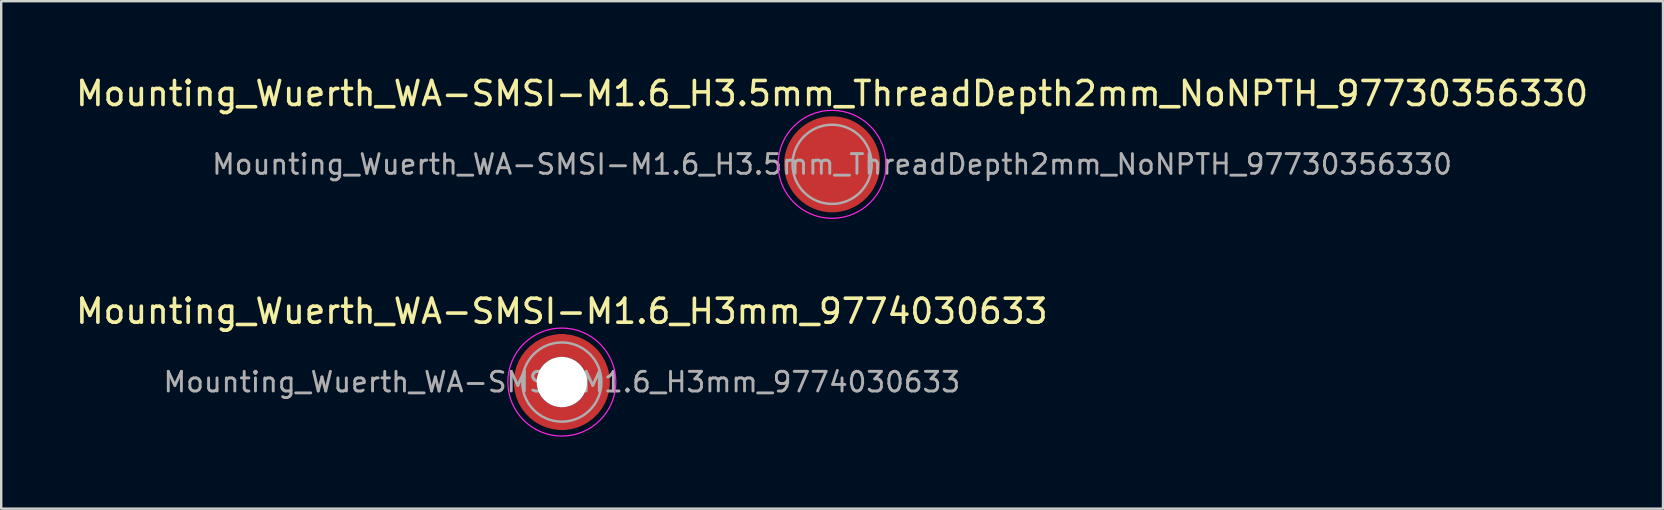
<source format=kicad_pcb>
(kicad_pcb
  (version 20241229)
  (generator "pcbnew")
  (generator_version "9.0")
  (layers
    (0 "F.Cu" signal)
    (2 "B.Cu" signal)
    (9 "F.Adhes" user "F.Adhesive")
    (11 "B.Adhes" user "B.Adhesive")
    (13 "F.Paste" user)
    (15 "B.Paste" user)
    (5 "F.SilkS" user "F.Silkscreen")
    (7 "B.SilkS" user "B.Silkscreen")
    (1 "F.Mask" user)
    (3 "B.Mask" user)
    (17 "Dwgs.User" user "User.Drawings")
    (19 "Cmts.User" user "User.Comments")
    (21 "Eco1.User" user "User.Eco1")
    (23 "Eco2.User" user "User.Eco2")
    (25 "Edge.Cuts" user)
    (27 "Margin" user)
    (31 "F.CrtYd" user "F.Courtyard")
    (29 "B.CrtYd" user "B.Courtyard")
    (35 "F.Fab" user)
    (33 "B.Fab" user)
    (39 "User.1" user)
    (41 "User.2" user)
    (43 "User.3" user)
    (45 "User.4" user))
  (footprint "Mounting_Wuerth_WA-SMSI-M1.6_H3mm_9774030633"
    (layer "F.Cu")
    (at 20.363 12.871)
    (property "Reference" "Mounting_Wuerth_WA-SMSI-M1.6_H3mm_9774030633" (at 0 -2.95 0) (layer "F.SilkS") (effects (font (size 1 1) (thickness 0.15))))
    (attr smd)
    (fp_circle (center 0 0) (end 2.25 0) (stroke (width 0.05) (type solid)) (fill no) (layer "F.CrtYd"))
    (fp_circle (center 0 0) (end 1.65 0) (stroke (width 0.1) (type solid)) (fill no) (layer "F.Fab"))
    (fp_text user "${REFERENCE}" (at 0 0 0) (layer "F.Fab") (effects (font (size 0.82 0.82) (thickness 0.12))))
    (pad "" smd custom (at -1.061 -1.061) (size 0.4 0.4) (layers "F.Paste") (options (anchor circle)) (primitives (gr_arc (start -0.101235 0.76066) (mid 0.212132 0.212132) (end 0.76066 -0.101235) (width 0.2)) (gr_arc (start -0.204251 0.76066) (mid 0.141421 0.141421) (end 0.76066 -0.204251) (width 0.2)) (gr_arc (start -0.306819 0.76066) (mid 0.070711 0.070711) (end 0.76066 -0.306819) (width 0.2)) (gr_arc (start -0.409034 0.76066) (mid 0 0) (end 0.76066 -0.409034) (width 0.2)) (gr_arc (start -0.510963 0.76066) (mid -0.070711 -0.070711) (end 0.76066 -0.510963) (width 0.2)) (gr_arc (start -0.61266 0.76066) (mid -0.141421 -0.141421) (end 0.76066 -0.61266) (width 0.2)) (gr_arc (start -0.714164 0.76066) (mid -0.212132 -0.212132) (end 0.76066 -0.714164) (width 0.2)) (gr_line (start 0.761 -0.101) (end 0.761 -0.714) (width 0.2)) (gr_line (start -0.101 0.761) (end -0.714 0.761) (width 0.2))))
    (pad "" smd custom (at -1.061 1.061) (size 0.4 0.4) (layers "F.Paste") (options (anchor circle)) (primitives (gr_arc (start 0.76066 0.101235) (mid 0.212132 -0.212132) (end -0.101235 -0.76066) (width 0.2)) (gr_arc (start 0.76066 0.204251) (mid 0.141421 -0.141421) (end -0.204251 -0.76066) (width 0.2)) (gr_arc (start 0.76066 0.306819) (mid 0.070711 -0.070711) (end -0.306819 -0.76066) (width 0.2)) (gr_arc (start 0.76066 0.409034) (mid 0 0) (end -0.409034 -0.76066) (width 0.2)) (gr_arc (start 0.76066 0.510963) (mid -0.070711 0.070711) (end -0.510963 -0.76066) (width 0.2)) (gr_arc (start 0.76066 0.61266) (mid -0.141421 0.141421) (end -0.61266 -0.76066) (width 0.2)) (gr_arc (start 0.76066 0.714164) (mid -0.212132 0.212132) (end -0.714164 -0.76066) (width 0.2)) (gr_line (start -0.101 -0.761) (end -0.714 -0.761) (width 0.2)) (gr_line (start 0.761 0.101) (end 0.761 0.714) (width 0.2))))
    (pad "" np_thru_hole circle (at 0 0) (size 2.1 2.1) (drill 2.1) (layers "*.Cu" "*.Mask"))
    (pad "" smd custom (at 1.061 -1.061) (size 0.4 0.4) (layers "F.Paste") (options (anchor circle)) (primitives (gr_arc (start -0.76066 -0.101235) (mid -0.212132 0.212132) (end 0.101235 0.76066) (width 0.2)) (gr_arc (start -0.76066 -0.204251) (mid -0.141421 0.141421) (end 0.204251 0.76066) (width 0.2)) (gr_arc (start -0.76066 -0.306819) (mid -0.070711 0.070711) (end 0.306819 0.76066) (width 0.2)) (gr_arc (start -0.76066 -0.409034) (mid 0 0) (end 0.409034 0.76066) (width 0.2)) (gr_arc (start -0.76066 -0.510963) (mid 0.070711 -0.070711) (end 0.510963 0.76066) (width 0.2)) (gr_arc (start -0.76066 -0.61266) (mid 0.141421 -0.141421) (end 0.61266 0.76066) (width 0.2)) (gr_arc (start -0.76066 -0.714164) (mid 0.212132 -0.212132) (end 0.714164 0.76066) (width 0.2)) (gr_line (start 0.101 0.761) (end 0.714 0.761) (width 0.2)) (gr_line (start -0.761 -0.101) (end -0.761 -0.714) (width 0.2))))
    (pad "" smd custom (at 1.061 1.061) (size 0.4 0.4) (layers "F.Paste") (options (anchor circle)) (primitives (gr_arc (start 0.101235 -0.76066) (mid -0.212132 -0.212132) (end -0.76066 0.101235) (width 0.2)) (gr_arc (start 0.204251 -0.76066) (mid -0.141421 -0.141421) (end -0.76066 0.204251) (width 0.2)) (gr_arc (start 0.306819 -0.76066) (mid -0.070711 -0.070711) (end -0.76066 0.306819) (width 0.2)) (gr_arc (start 0.409034 -0.76066) (mid 0 0) (end -0.76066 0.409034) (width 0.2)) (gr_arc (start 0.510963 -0.76066) (mid 0.070711 0.070711) (end -0.76066 0.510963) (width 0.2)) (gr_arc (start 0.61266 -0.76066) (mid 0.141421 0.141421) (end -0.76066 0.61266) (width 0.2)) (gr_arc (start 0.714164 -0.76066) (mid 0.212132 0.212132) (end -0.76066 0.714164) (width 0.2)) (gr_line (start -0.761 0.101) (end -0.761 0.714) (width 0.2)) (gr_line (start 0.101 -0.761) (end 0.714 -0.761) (width 0.2))))
    (pad "1" smd circle (at -1.525 0) (size 0.95 0.95) (layers "F.Cu"))
    (pad "1" smd circle (at 0 -1.525) (size 0.95 0.95) (layers "F.Cu"))
    (pad "1" smd circle (at 0 1.525) (size 0.95 0.95) (layers "F.Cu"))
    (pad "1" smd custom (at 1.525 0) (size 0.95 0.95) (layers "F.Cu" "F.Mask") (options (anchor circle)) (primitives (gr_circle (center -1.525 0) (end 0 0) (width 0.95) (fill no)))))
  (footprint "Mounting_Wuerth_WA-SMSI-M1.6_H3.5mm_ThreadDepth2mm_NoNPTH_97730356330"
    (layer "F.Cu")
    (at 31.625 3.798)
    (property "Reference" "Mounting_Wuerth_WA-SMSI-M1.6_H3.5mm_ThreadDepth2mm_NoNPTH_97730356330" (at 0 -2.95 0) (layer "F.SilkS") (effects (font (size 1 1) (thickness 0.15))))
    (attr smd)
    (fp_circle (center 0 0) (end 2.25 0) (stroke (width 0.05) (type solid)) (fill no) (layer "F.CrtYd"))
    (fp_circle (center 0 0) (end 1.65 0) (stroke (width 0.1) (type solid)) (fill no) (layer "F.Fab"))
    (fp_text user "${REFERENCE}" (at 0 0 0) (layer "F.Fab") (effects (font (size 0.82 0.82) (thickness 0.12))))
    (pad "" smd custom (at -0.778 -0.778) (size 0.8 0.8) (layers "F.Paste") (options (anchor circle)) (primitives (gr_arc (start 0.465568 0.527817) (mid 0.494975 0.494974) (end 0.527818 0.465567) (width 0.2)) (gr_arc (start 0.344805 0.527817) (mid 0.424264 0.424264) (end 0.527818 0.344805) (width 0.2)) (gr_arc (start 0.232382 0.527817) (mid 0.353553 0.353553) (end 0.527817 0.232382) (width 0.2)) (gr_arc (start 0.123983 0.527817) (mid 0.282843 0.282842) (end 0.527818 0.123983) (width 0.2)) (gr_arc (start 0.017883 0.527817) (mid 0.212132 0.212132) (end 0.527817 0.017883) (width 0.2)) (gr_arc (start -0.086763 0.527817) (mid 0.141421 0.141421) (end 0.527817 -0.086763) (width 0.2)) (gr_arc (start -0.190428 0.527817) (mid 0.070711 0.070711) (end 0.527817 -0.190428) (width 0.2)) (gr_arc (start -0.293397 0.527817) (mid 0 0) (end 0.527817 -0.293397) (width 0.2)) (gr_arc (start -0.395852 0.527817) (mid -0.070711 -0.070711) (end 0.527817 -0.395852) (width 0.2)) (gr_arc (start -0.497918 0.527817) (mid -0.141422 -0.141422) (end 0.527817 -0.497918) (width 0.2)) (gr_arc (start -0.59968 0.527817) (mid -0.212132 -0.212132) (end 0.527817 -0.59968) (width 0.2)) (gr_arc (start -0.701202 0.527817) (mid -0.282843 -0.282843) (end 0.527817 -0.701202) (width 0.2)) (gr_arc (start -0.802531 0.527817) (mid -0.353554 -0.353554) (end 0.527817 -0.802531) (width 0.2)) (gr_arc (start -0.9037 0.527817) (mid -0.424264 -0.424264) (end 0.527817 -0.9037) (width 0.2)) (gr_arc (start -1.004737 0.527817) (mid -0.494975 -0.494975) (end 0.527817 -1.004737) (width 0.2)) (gr_line (start 0.528 0.466) (end 0.528 -1.005) (width 0.2)) (gr_line (start 0.466 0.528) (end -1.005 0.528) (width 0.2))))
    (pad "" smd custom (at -0.778 0.778) (size 0.8 0.8) (layers "F.Paste") (options (anchor circle)) (primitives (gr_arc (start 0.527817 -0.465568) (mid 0.494974 -0.494975) (end 0.465567 -0.527818) (width 0.2)) (gr_arc (start 0.527817 -0.344805) (mid 0.424264 -0.424264) (end 0.344805 -0.527818) (width 0.2)) (gr_arc (start 0.527817 -0.232382) (mid 0.353553 -0.353553) (end 0.232382 -0.527817) (width 0.2)) (gr_arc (start 0.527817 -0.123983) (mid 0.282842 -0.282843) (end 0.123983 -0.527818) (width 0.2)) (gr_arc (start 0.527817 -0.017883) (mid 0.212132 -0.212132) (end 0.017883 -0.527817) (width 0.2)) (gr_arc (start 0.527817 0.086763) (mid 0.141421 -0.141421) (end -0.086763 -0.527817) (width 0.2)) (gr_arc (start 0.527817 0.190428) (mid 0.070711 -0.070711) (end -0.190428 -0.527817) (width 0.2)) (gr_arc (start 0.527817 0.293397) (mid 0 0) (end -0.293397 -0.527817) (width 0.2)) (gr_arc (start 0.527817 0.395852) (mid -0.070711 0.070711) (end -0.395852 -0.527817) (width 0.2)) (gr_arc (start 0.527817 0.497918) (mid -0.141422 0.141422) (end -0.497918 -0.527817) (width 0.2)) (gr_arc (start 0.527817 0.59968) (mid -0.212132 0.212132) (end -0.59968 -0.527817) (width 0.2)) (gr_arc (start 0.527817 0.701202) (mid -0.282843 0.282843) (end -0.701202 -0.527817) (width 0.2)) (gr_arc (start 0.527817 0.802531) (mid -0.353554 0.353554) (end -0.802531 -0.527817) (width 0.2)) (gr_arc (start 0.527817 0.9037) (mid -0.424264 0.424264) (end -0.9037 -0.527817) (width 0.2)) (gr_arc (start 0.527817 1.004737) (mid -0.494975 0.494975) (end -1.004737 -0.527817) (width 0.2)) (gr_line (start 0.466 -0.528) (end -1.005 -0.528) (width 0.2)) (gr_line (start 0.528 -0.466) (end 0.528 1.005) (width 0.2))))
    (pad "" smd custom (at 0.778 -0.778) (size 0.8 0.8) (layers "F.Paste") (options (anchor circle)) (primitives (gr_arc (start -0.527817 0.465568) (mid -0.494974 0.494975) (end -0.465567 0.527818) (width 0.2)) (gr_arc (start -0.527817 0.344805) (mid -0.424264 0.424264) (end -0.344805 0.527818) (width 0.2)) (gr_arc (start -0.527817 0.232382) (mid -0.353553 0.353553) (end -0.232382 0.527817) (width 0.2)) (gr_arc (start -0.527817 0.123983) (mid -0.282842 0.282843) (end -0.123983 0.527818) (width 0.2)) (gr_arc (start -0.527817 0.017883) (mid -0.212132 0.212132) (end -0.017883 0.527817) (width 0.2)) (gr_arc (start -0.527817 -0.086763) (mid -0.141421 0.141421) (end 0.086763 0.527817) (width 0.2)) (gr_arc (start -0.527817 -0.190428) (mid -0.070711 0.070711) (end 0.190428 0.527817) (width 0.2)) (gr_arc (start -0.527817 -0.293397) (mid 0 0) (end 0.293397 0.527817) (width 0.2)) (gr_arc (start -0.527817 -0.395852) (mid 0.070711 -0.070711) (end 0.395852 0.527817) (width 0.2)) (gr_arc (start -0.527817 -0.497918) (mid 0.141422 -0.141422) (end 0.497918 0.527817) (width 0.2)) (gr_arc (start -0.527817 -0.59968) (mid 0.212132 -0.212132) (end 0.59968 0.527817) (width 0.2)) (gr_arc (start -0.527817 -0.701202) (mid 0.282843 -0.282843) (end 0.701202 0.527817) (width 0.2)) (gr_arc (start -0.527817 -0.802531) (mid 0.353554 -0.353554) (end 0.802531 0.527817) (width 0.2)) (gr_arc (start -0.527817 -0.9037) (mid 0.424264 -0.424264) (end 0.9037 0.527817) (width 0.2)) (gr_arc (start -0.527817 -1.004737) (mid 0.494975 -0.494975) (end 1.004737 0.527817) (width 0.2)) (gr_line (start -0.466 0.528) (end 1.005 0.528) (width 0.2)) (gr_line (start -0.528 0.466) (end -0.528 -1.005) (width 0.2))))
    (pad "" smd custom (at 0.778 0.778) (size 0.8 0.8) (layers "F.Paste") (options (anchor circle)) (primitives (gr_arc (start -0.465568 -0.527817) (mid -0.494975 -0.494974) (end -0.527818 -0.465567) (width 0.2)) (gr_arc (start -0.344805 -0.527817) (mid -0.424264 -0.424264) (end -0.527818 -0.344805) (width 0.2)) (gr_arc (start -0.232382 -0.527817) (mid -0.353553 -0.353553) (end -0.527817 -0.232382) (width 0.2)) (gr_arc (start -0.123983 -0.527817) (mid -0.282843 -0.282842) (end -0.527818 -0.123983) (width 0.2)) (gr_arc (start -0.017883 -0.527817) (mid -0.212132 -0.212132) (end -0.527817 -0.017883) (width 0.2)) (gr_arc (start 0.086763 -0.527817) (mid -0.141421 -0.141421) (end -0.527817 0.086763) (width 0.2)) (gr_arc (start 0.190428 -0.527817) (mid -0.070711 -0.070711) (end -0.527817 0.190428) (width 0.2)) (gr_arc (start 0.293397 -0.527817) (mid 0 0) (end -0.527817 0.293397) (width 0.2)) (gr_arc (start 0.395852 -0.527817) (mid 0.070711 0.070711) (end -0.527817 0.395852) (width 0.2)) (gr_arc (start 0.497918 -0.527817) (mid 0.141422 0.141422) (end -0.527817 0.497918) (width 0.2)) (gr_arc (start 0.59968 -0.527817) (mid 0.212132 0.212132) (end -0.527817 0.59968) (width 0.2)) (gr_arc (start 0.701202 -0.527817) (mid 0.282843 0.282843) (end -0.527817 0.701202) (width 0.2)) (gr_arc (start 0.802531 -0.527817) (mid 0.353554 0.353554) (end -0.527817 0.802531) (width 0.2)) (gr_arc (start 0.9037 -0.527817) (mid 0.424264 0.424264) (end -0.527817 0.9037) (width 0.2)) (gr_arc (start 1.004737 -0.527817) (mid 0.494975 0.494975) (end -0.527817 1.004737) (width 0.2)) (gr_line (start -0.528 -0.466) (end -0.528 1.005) (width 0.2)) (gr_line (start -0.466 -0.528) (end 1.005 -0.528) (width 0.2))))
    (pad "1" smd circle (at 0 0) (size 4 4) (layers "F.Cu" "F.Mask")))
  (gr_rect
    (start -3 -3)
    (end 66.25 18.146)
    (stroke (width 0.1) (type default))
    (fill no)
    (layer "Edge.Cuts")))
</source>
